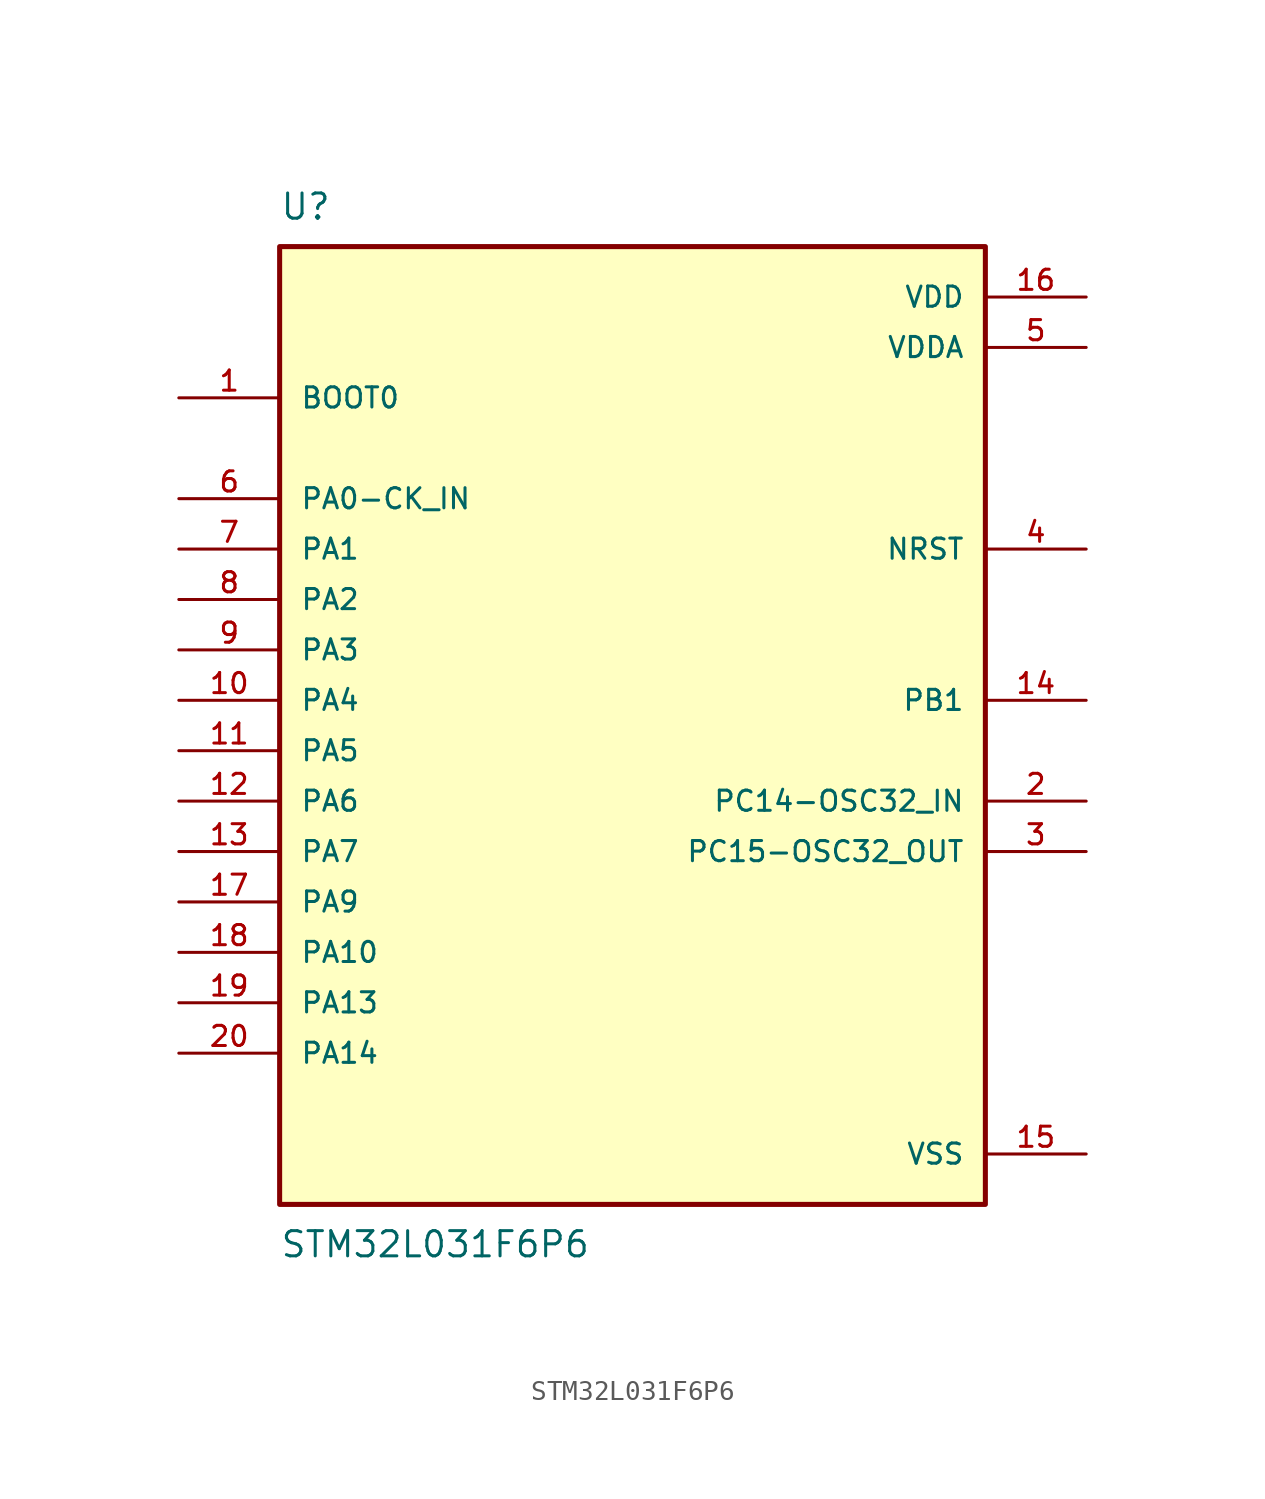
<source format=kicad_sym>
(kicad_symbol_lib
  (version 20211014)
  (generator kicad_symbol_editor)
  (symbol "STM32L031F6P6"
    (pin_names
      (offset 1.016))
    (property "Reference" "U"
      (at -17.78 24.13 0)
      (effects (font (size 1.27 1.27)) (justify bottom left)))
    (property "Value" "STM32L031F6P6"
      (at -17.78 -26.67 0.0)
      (effects (font (size 1.27 1.27)) (justify top left)))
    (symbol "STM32L031F6P6_0_0"
      (rectangle (start -17.78 -25.4) (end 17.78 22.86) (stroke (width 0.254)) (fill (type background)))
      (pin input line (at -22.86 15.24 0) (length 5.08) (name "BOOT0" (effects (font (size 1.016 1.016)))) (number "1" (effects (font (size 1.016 1.016)))))
      (pin bidirectional line (at 22.86 -5.08 180.0) (length 5.08) (name "PC14-OSC32_IN" (effects (font (size 1.016 1.016)))) (number "2" (effects (font (size 1.016 1.016)))))
      (pin bidirectional line (at 22.86 -7.62 180.0) (length 5.08) (name "PC15-OSC32_OUT" (effects (font (size 1.016 1.016)))) (number "3" (effects (font (size 1.016 1.016)))))
      (pin bidirectional line (at 22.86 7.62 180.0) (length 5.08) (name "NRST" (effects (font (size 1.016 1.016)))) (number "4" (effects (font (size 1.016 1.016)))))
      (pin power_in line (at 22.86 17.78 180.0) (length 5.08) (name "VDDA" (effects (font (size 1.016 1.016)))) (number "5" (effects (font (size 1.016 1.016)))))
      (pin bidirectional line (at -22.86 10.16 0) (length 5.08) (name "PA0-CK_IN" (effects (font (size 1.016 1.016)))) (number "6" (effects (font (size 1.016 1.016)))))
      (pin bidirectional line (at -22.86 7.62 0) (length 5.08) (name "PA1" (effects (font (size 1.016 1.016)))) (number "7" (effects (font (size 1.016 1.016)))))
      (pin bidirectional line (at -22.86 5.08 0) (length 5.08) (name "PA2" (effects (font (size 1.016 1.016)))) (number "8" (effects (font (size 1.016 1.016)))))
      (pin bidirectional line (at -22.86 2.54 0) (length 5.08) (name "PA3" (effects (font (size 1.016 1.016)))) (number "9" (effects (font (size 1.016 1.016)))))
      (pin bidirectional line (at -22.86 0.0 0) (length 5.08) (name "PA4" (effects (font (size 1.016 1.016)))) (number "10" (effects (font (size 1.016 1.016)))))
      (pin bidirectional line (at -22.86 -2.54 0) (length 5.08) (name "PA5" (effects (font (size 1.016 1.016)))) (number "11" (effects (font (size 1.016 1.016)))))
      (pin bidirectional line (at -22.86 -5.08 0) (length 5.08) (name "PA6" (effects (font (size 1.016 1.016)))) (number "12" (effects (font (size 1.016 1.016)))))
      (pin bidirectional line (at -22.86 -7.62 0) (length 5.08) (name "PA7" (effects (font (size 1.016 1.016)))) (number "13" (effects (font (size 1.016 1.016)))))
      (pin bidirectional line (at 22.86 0.0 180.0) (length 5.08) (name "PB1" (effects (font (size 1.016 1.016)))) (number "14" (effects (font (size 1.016 1.016)))))
      (pin power_in line (at 22.86 -22.86 180.0) (length 5.08) (name "VSS" (effects (font (size 1.016 1.016)))) (number "15" (effects (font (size 1.016 1.016)))))
      (pin power_in line (at 22.86 20.32 180.0) (length 5.08) (name "VDD" (effects (font (size 1.016 1.016)))) (number "16" (effects (font (size 1.016 1.016)))))
      (pin bidirectional line (at -22.86 -10.16 0) (length 5.08) (name "PA9" (effects (font (size 1.016 1.016)))) (number "17" (effects (font (size 1.016 1.016)))))
      (pin bidirectional line (at -22.86 -12.7 0) (length 5.08) (name "PA10" (effects (font (size 1.016 1.016)))) (number "18" (effects (font (size 1.016 1.016)))))
      (pin bidirectional line (at -22.86 -15.24 0) (length 5.08) (name "PA13" (effects (font (size 1.016 1.016)))) (number "19" (effects (font (size 1.016 1.016)))))
      (pin bidirectional line (at -22.86 -17.78 0) (length 5.08) (name "PA14" (effects (font (size 1.016 1.016)))) (number "20" (effects (font (size 1.016 1.016))))))))
</source>
